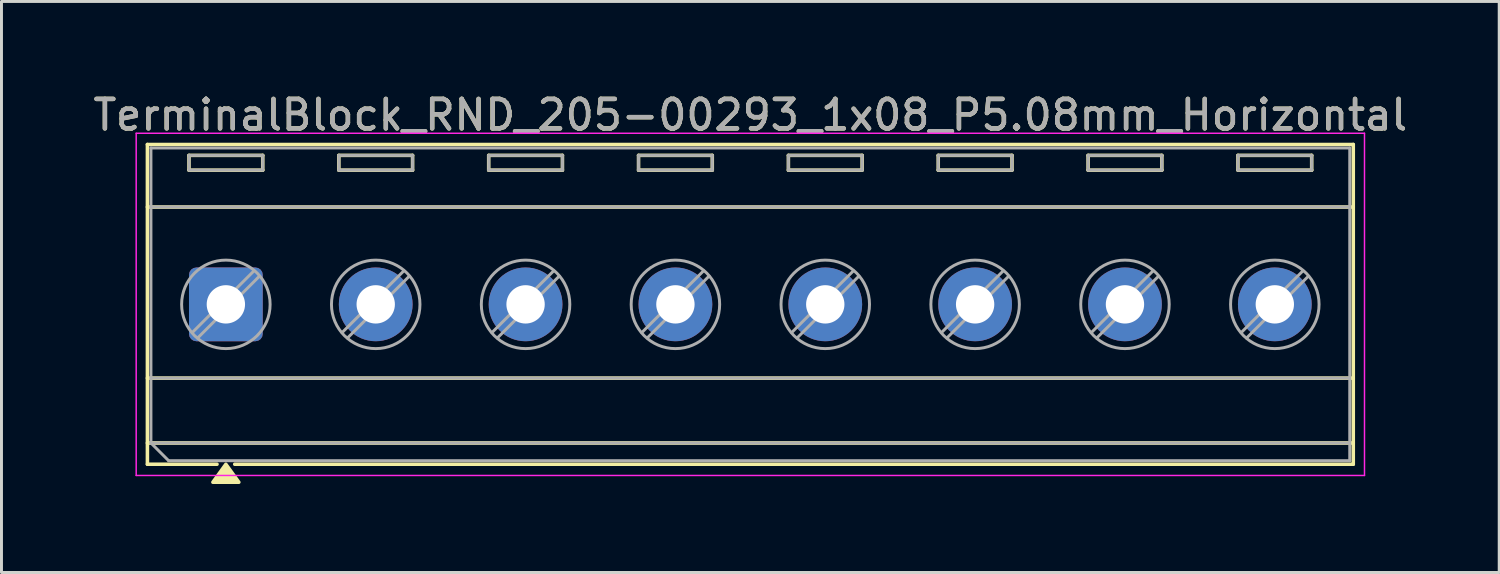
<source format=kicad_pcb>
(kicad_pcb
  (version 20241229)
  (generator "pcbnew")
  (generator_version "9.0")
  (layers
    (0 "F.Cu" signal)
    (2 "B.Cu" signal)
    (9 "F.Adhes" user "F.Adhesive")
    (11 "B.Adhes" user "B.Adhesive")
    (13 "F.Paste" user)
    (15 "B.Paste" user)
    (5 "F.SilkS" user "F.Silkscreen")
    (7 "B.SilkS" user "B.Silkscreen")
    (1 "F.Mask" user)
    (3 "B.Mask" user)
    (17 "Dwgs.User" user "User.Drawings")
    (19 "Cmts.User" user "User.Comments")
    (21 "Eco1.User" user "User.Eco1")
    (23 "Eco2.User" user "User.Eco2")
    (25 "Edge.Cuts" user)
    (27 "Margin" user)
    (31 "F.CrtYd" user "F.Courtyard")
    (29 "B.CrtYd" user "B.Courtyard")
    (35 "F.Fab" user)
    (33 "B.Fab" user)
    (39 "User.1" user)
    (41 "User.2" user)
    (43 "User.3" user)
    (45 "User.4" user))
  (footprint "TerminalBlock_RND_205-00293_1x08_P5.08mm_Horizontal"
    (layer "F.Cu")
    (at 4.607 7.268)
    (property "Reference" "TerminalBlock_RND_205-00293_1x08_P5.08mm_Horizontal" (at 17.78 -6.42 0) (layer "F.SilkS") (effects (font (size 1 1) (thickness 0.15))))
    (attr through_hole)
    (fp_line (start -2.66 -5.42) (end -2.66 5.42) (stroke (width 0.12) (type solid)) (layer "F.SilkS"))
    (fp_line (start -2.66 -5.42) (end 38.22 -5.42) (stroke (width 0.12) (type solid)) (layer "F.SilkS"))
    (fp_line (start -2.66 -3.3) (end 38.22 -3.3) (stroke (width 0.12) (type solid)) (layer "F.SilkS"))
    (fp_line (start -2.66 2.5) (end 38.22 2.5) (stroke (width 0.12) (type solid)) (layer "F.SilkS"))
    (fp_line (start -2.66 4.7) (end 38.22 4.7) (stroke (width 0.12) (type solid)) (layer "F.SilkS"))
    (fp_line (start -2.66 5.42) (end -0.3 5.42) (stroke (width 0.12) (type solid)) (layer "F.SilkS"))
    (fp_line (start -1.25 -5.05) (end -1.25 -4.55) (stroke (width 0.12) (type solid)) (layer "F.SilkS"))
    (fp_line (start -1.25 -5.05) (end 1.25 -5.05) (stroke (width 0.12) (type solid)) (layer "F.SilkS"))
    (fp_line (start -1.25 -4.55) (end 1.25 -4.55) (stroke (width 0.12) (type solid)) (layer "F.SilkS"))
    (fp_line (start 0.3 5.42) (end 38.22 5.42) (stroke (width 0.12) (type solid)) (layer "F.SilkS"))
    (fp_line (start 1.25 -5.05) (end 1.25 -4.55) (stroke (width 0.12) (type solid)) (layer "F.SilkS"))
    (fp_line (start 3.83 -5.05) (end 3.83 -4.55) (stroke (width 0.12) (type solid)) (layer "F.SilkS"))
    (fp_line (start 3.83 -5.05) (end 6.33 -5.05) (stroke (width 0.12) (type solid)) (layer "F.SilkS"))
    (fp_line (start 3.83 -4.55) (end 6.33 -4.55) (stroke (width 0.12) (type solid)) (layer "F.SilkS"))
    (fp_line (start 6.33 -5.05) (end 6.33 -4.55) (stroke (width 0.12) (type solid)) (layer "F.SilkS"))
    (fp_line (start 8.91 -5.05) (end 8.91 -4.55) (stroke (width 0.12) (type solid)) (layer "F.SilkS"))
    (fp_line (start 8.91 -5.05) (end 11.41 -5.05) (stroke (width 0.12) (type solid)) (layer "F.SilkS"))
    (fp_line (start 8.91 -4.55) (end 11.41 -4.55) (stroke (width 0.12) (type solid)) (layer "F.SilkS"))
    (fp_line (start 11.41 -5.05) (end 11.41 -4.55) (stroke (width 0.12) (type solid)) (layer "F.SilkS"))
    (fp_line (start 13.99 -5.05) (end 13.99 -4.55) (stroke (width 0.12) (type solid)) (layer "F.SilkS"))
    (fp_line (start 13.99 -5.05) (end 16.49 -5.05) (stroke (width 0.12) (type solid)) (layer "F.SilkS"))
    (fp_line (start 13.99 -4.55) (end 16.49 -4.55) (stroke (width 0.12) (type solid)) (layer "F.SilkS"))
    (fp_line (start 16.49 -5.05) (end 16.49 -4.55) (stroke (width 0.12) (type solid)) (layer "F.SilkS"))
    (fp_line (start 19.07 -5.05) (end 19.07 -4.55) (stroke (width 0.12) (type solid)) (layer "F.SilkS"))
    (fp_line (start 19.07 -5.05) (end 21.57 -5.05) (stroke (width 0.12) (type solid)) (layer "F.SilkS"))
    (fp_line (start 19.07 -4.55) (end 21.57 -4.55) (stroke (width 0.12) (type solid)) (layer "F.SilkS"))
    (fp_line (start 21.57 -5.05) (end 21.57 -4.55) (stroke (width 0.12) (type solid)) (layer "F.SilkS"))
    (fp_line (start 24.15 -5.05) (end 24.15 -4.55) (stroke (width 0.12) (type solid)) (layer "F.SilkS"))
    (fp_line (start 24.15 -5.05) (end 26.65 -5.05) (stroke (width 0.12) (type solid)) (layer "F.SilkS"))
    (fp_line (start 24.15 -4.55) (end 26.65 -4.55) (stroke (width 0.12) (type solid)) (layer "F.SilkS"))
    (fp_line (start 26.65 -5.05) (end 26.65 -4.55) (stroke (width 0.12) (type solid)) (layer "F.SilkS"))
    (fp_line (start 29.23 -5.05) (end 29.23 -4.55) (stroke (width 0.12) (type solid)) (layer "F.SilkS"))
    (fp_line (start 29.23 -5.05) (end 31.73 -5.05) (stroke (width 0.12) (type solid)) (layer "F.SilkS"))
    (fp_line (start 29.23 -4.55) (end 31.73 -4.55) (stroke (width 0.12) (type solid)) (layer "F.SilkS"))
    (fp_line (start 31.73 -5.05) (end 31.73 -4.55) (stroke (width 0.12) (type solid)) (layer "F.SilkS"))
    (fp_line (start 34.31 -5.05) (end 34.31 -4.55) (stroke (width 0.12) (type solid)) (layer "F.SilkS"))
    (fp_line (start 34.31 -5.05) (end 36.81 -5.05) (stroke (width 0.12) (type solid)) (layer "F.SilkS"))
    (fp_line (start 34.31 -4.55) (end 36.81 -4.55) (stroke (width 0.12) (type solid)) (layer "F.SilkS"))
    (fp_line (start 36.81 -5.05) (end 36.81 -4.55) (stroke (width 0.12) (type solid)) (layer "F.SilkS"))
    (fp_line (start 38.22 -5.42) (end 38.22 5.42) (stroke (width 0.12) (type solid)) (layer "F.SilkS"))
    (fp_poly (pts (xy 0 5.42) (xy 0.44 6.03) (xy -0.44 6.03)) (stroke (width 0.12) (type solid)) (fill yes) (layer "F.SilkS"))
    (fp_line (start -3.04 -5.8) (end -3.04 5.8) (stroke (width 0.05) (type solid)) (layer "F.CrtYd"))
    (fp_line (start -3.04 5.8) (end 38.6 5.8) (stroke (width 0.05) (type solid)) (layer "F.CrtYd"))
    (fp_line (start 38.6 -5.8) (end -3.04 -5.8) (stroke (width 0.05) (type solid)) (layer "F.CrtYd"))
    (fp_line (start 38.6 5.8) (end 38.6 -5.8) (stroke (width 0.05) (type solid)) (layer "F.CrtYd"))
    (fp_line (start -2.54 -5.3) (end 38.1 -5.3) (stroke (width 0.1) (type solid)) (layer "F.Fab"))
    (fp_line (start -2.54 -3.3) (end 38.1 -3.3) (stroke (width 0.1) (type solid)) (layer "F.Fab"))
    (fp_line (start -2.54 2.5) (end 38.1 2.5) (stroke (width 0.1) (type solid)) (layer "F.Fab"))
    (fp_line (start -2.54 4.7) (end -2.54 -5.3) (stroke (width 0.1) (type solid)) (layer "F.Fab"))
    (fp_line (start -2.54 4.7) (end 38.1 4.7) (stroke (width 0.1) (type solid)) (layer "F.Fab"))
    (fp_line (start -1.94 5.3) (end -2.54 4.7) (stroke (width 0.1) (type solid)) (layer "F.Fab"))
    (fp_line (start -1.25 -5.05) (end -1.25 -4.55) (stroke (width 0.1) (type solid)) (layer "F.Fab"))
    (fp_line (start -1.25 -4.55) (end 1.25 -4.55) (stroke (width 0.1) (type solid)) (layer "F.Fab"))
    (fp_line (start 0.955 -1.138) (end -1.138 0.955) (stroke (width 0.1) (type solid)) (layer "F.Fab"))
    (fp_line (start 1.138 -0.955) (end -0.955 1.138) (stroke (width 0.1) (type solid)) (layer "F.Fab"))
    (fp_line (start 1.25 -5.05) (end -1.25 -5.05) (stroke (width 0.1) (type solid)) (layer "F.Fab"))
    (fp_line (start 1.25 -4.55) (end 1.25 -5.05) (stroke (width 0.1) (type solid)) (layer "F.Fab"))
    (fp_line (start 3.83 -5.05) (end 3.83 -4.55) (stroke (width 0.1) (type solid)) (layer "F.Fab"))
    (fp_line (start 3.83 -4.55) (end 6.33 -4.55) (stroke (width 0.1) (type solid)) (layer "F.Fab"))
    (fp_line (start 6.035 -1.138) (end 3.942 0.955) (stroke (width 0.1) (type solid)) (layer "F.Fab"))
    (fp_line (start 6.218 -0.955) (end 4.125 1.138) (stroke (width 0.1) (type solid)) (layer "F.Fab"))
    (fp_line (start 6.33 -5.05) (end 3.83 -5.05) (stroke (width 0.1) (type solid)) (layer "F.Fab"))
    (fp_line (start 6.33 -4.55) (end 6.33 -5.05) (stroke (width 0.1) (type solid)) (layer "F.Fab"))
    (fp_line (start 8.91 -5.05) (end 8.91 -4.55) (stroke (width 0.1) (type solid)) (layer "F.Fab"))
    (fp_line (start 8.91 -4.55) (end 11.41 -4.55) (stroke (width 0.1) (type solid)) (layer "F.Fab"))
    (fp_line (start 11.115 -1.138) (end 9.022 0.955) (stroke (width 0.1) (type solid)) (layer "F.Fab"))
    (fp_line (start 11.298 -0.955) (end 9.205 1.138) (stroke (width 0.1) (type solid)) (layer "F.Fab"))
    (fp_line (start 11.41 -5.05) (end 8.91 -5.05) (stroke (width 0.1) (type solid)) (layer "F.Fab"))
    (fp_line (start 11.41 -4.55) (end 11.41 -5.05) (stroke (width 0.1) (type solid)) (layer "F.Fab"))
    (fp_line (start 13.99 -5.05) (end 13.99 -4.55) (stroke (width 0.1) (type solid)) (layer "F.Fab"))
    (fp_line (start 13.99 -4.55) (end 16.49 -4.55) (stroke (width 0.1) (type solid)) (layer "F.Fab"))
    (fp_line (start 16.195 -1.138) (end 14.102 0.955) (stroke (width 0.1) (type solid)) (layer "F.Fab"))
    (fp_line (start 16.378 -0.955) (end 14.285 1.138) (stroke (width 0.1) (type solid)) (layer "F.Fab"))
    (fp_line (start 16.49 -5.05) (end 13.99 -5.05) (stroke (width 0.1) (type solid)) (layer "F.Fab"))
    (fp_line (start 16.49 -4.55) (end 16.49 -5.05) (stroke (width 0.1) (type solid)) (layer "F.Fab"))
    (fp_line (start 19.07 -5.05) (end 19.07 -4.55) (stroke (width 0.1) (type solid)) (layer "F.Fab"))
    (fp_line (start 19.07 -4.55) (end 21.57 -4.55) (stroke (width 0.1) (type solid)) (layer "F.Fab"))
    (fp_line (start 21.275 -1.138) (end 19.182 0.955) (stroke (width 0.1) (type solid)) (layer "F.Fab"))
    (fp_line (start 21.458 -0.955) (end 19.365 1.138) (stroke (width 0.1) (type solid)) (layer "F.Fab"))
    (fp_line (start 21.57 -5.05) (end 19.07 -5.05) (stroke (width 0.1) (type solid)) (layer "F.Fab"))
    (fp_line (start 21.57 -4.55) (end 21.57 -5.05) (stroke (width 0.1) (type solid)) (layer "F.Fab"))
    (fp_line (start 24.15 -5.05) (end 24.15 -4.55) (stroke (width 0.1) (type solid)) (layer "F.Fab"))
    (fp_line (start 24.15 -4.55) (end 26.65 -4.55) (stroke (width 0.1) (type solid)) (layer "F.Fab"))
    (fp_line (start 26.355 -1.138) (end 24.262 0.955) (stroke (width 0.1) (type solid)) (layer "F.Fab"))
    (fp_line (start 26.538 -0.955) (end 24.445 1.138) (stroke (width 0.1) (type solid)) (layer "F.Fab"))
    (fp_line (start 26.65 -5.05) (end 24.15 -5.05) (stroke (width 0.1) (type solid)) (layer "F.Fab"))
    (fp_line (start 26.65 -4.55) (end 26.65 -5.05) (stroke (width 0.1) (type solid)) (layer "F.Fab"))
    (fp_line (start 29.23 -5.05) (end 29.23 -4.55) (stroke (width 0.1) (type solid)) (layer "F.Fab"))
    (fp_line (start 29.23 -4.55) (end 31.73 -4.55) (stroke (width 0.1) (type solid)) (layer "F.Fab"))
    (fp_line (start 31.435 -1.138) (end 29.342 0.955) (stroke (width 0.1) (type solid)) (layer "F.Fab"))
    (fp_line (start 31.618 -0.955) (end 29.525 1.138) (stroke (width 0.1) (type solid)) (layer "F.Fab"))
    (fp_line (start 31.73 -5.05) (end 29.23 -5.05) (stroke (width 0.1) (type solid)) (layer "F.Fab"))
    (fp_line (start 31.73 -4.55) (end 31.73 -5.05) (stroke (width 0.1) (type solid)) (layer "F.Fab"))
    (fp_line (start 34.31 -5.05) (end 34.31 -4.55) (stroke (width 0.1) (type solid)) (layer "F.Fab"))
    (fp_line (start 34.31 -4.55) (end 36.81 -4.55) (stroke (width 0.1) (type solid)) (layer "F.Fab"))
    (fp_line (start 36.515 -1.138) (end 34.422 0.955) (stroke (width 0.1) (type solid)) (layer "F.Fab"))
    (fp_line (start 36.698 -0.955) (end 34.605 1.138) (stroke (width 0.1) (type solid)) (layer "F.Fab"))
    (fp_line (start 36.81 -5.05) (end 34.31 -5.05) (stroke (width 0.1) (type solid)) (layer "F.Fab"))
    (fp_line (start 36.81 -4.55) (end 36.81 -5.05) (stroke (width 0.1) (type solid)) (layer "F.Fab"))
    (fp_line (start 38.1 -5.3) (end 38.1 5.3) (stroke (width 0.1) (type solid)) (layer "F.Fab"))
    (fp_line (start 38.1 5.3) (end -1.94 5.3) (stroke (width 0.1) (type solid)) (layer "F.Fab"))
    (fp_circle (center 0 0) (end 1.5 0) (stroke (width 0.1) (type solid)) (fill no) (layer "F.Fab"))
    (fp_circle (center 5.08 0) (end 6.58 0) (stroke (width 0.1) (type solid)) (fill no) (layer "F.Fab"))
    (fp_circle (center 10.16 0) (end 11.66 0) (stroke (width 0.1) (type solid)) (fill no) (layer "F.Fab"))
    (fp_circle (center 15.24 0) (end 16.74 0) (stroke (width 0.1) (type solid)) (fill no) (layer "F.Fab"))
    (fp_circle (center 20.32 0) (end 21.82 0) (stroke (width 0.1) (type solid)) (fill no) (layer "F.Fab"))
    (fp_circle (center 25.4 0) (end 26.9 0) (stroke (width 0.1) (type solid)) (fill no) (layer "F.Fab"))
    (fp_circle (center 30.48 0) (end 31.98 0) (stroke (width 0.1) (type solid)) (fill no) (layer "F.Fab"))
    (fp_circle (center 35.56 0) (end 37.06 0) (stroke (width 0.1) (type solid)) (fill no) (layer "F.Fab"))
    (fp_text user "${REFERENCE}" (at 17.78 -6.42 0) (layer "F.Fab") (effects (font (size 1 1) (thickness 0.15))))
    (pad "1" thru_hole roundrect (at 0 0) (size 2.5 2.5) (drill 1.3) (layers "*.Cu" "*.Mask") (roundrect_rratio 0.1))
    (pad "2" thru_hole circle (at 5.08 0) (size 2.5 2.5) (drill 1.3) (layers "*.Cu" "*.Mask"))
    (pad "3" thru_hole circle (at 10.16 0) (size 2.5 2.5) (drill 1.3) (layers "*.Cu" "*.Mask"))
    (pad "4" thru_hole circle (at 15.24 0) (size 2.5 2.5) (drill 1.3) (layers "*.Cu" "*.Mask"))
    (pad "5" thru_hole circle (at 20.32 0) (size 2.5 2.5) (drill 1.3) (layers "*.Cu" "*.Mask"))
    (pad "6" thru_hole circle (at 25.4 0) (size 2.5 2.5) (drill 1.3) (layers "*.Cu" "*.Mask"))
    (pad "7" thru_hole circle (at 30.48 0) (size 2.5 2.5) (drill 1.3) (layers "*.Cu" "*.Mask"))
    (pad "8" thru_hole circle (at 35.56 0) (size 2.5 2.5) (drill 1.3) (layers "*.Cu" "*.Mask")))
  (gr_rect
    (start -3 -3)
    (end 47.774 16.358)
    (stroke (width 0.1) (type default))
    (fill no)
    (layer "Edge.Cuts")))
</source>
